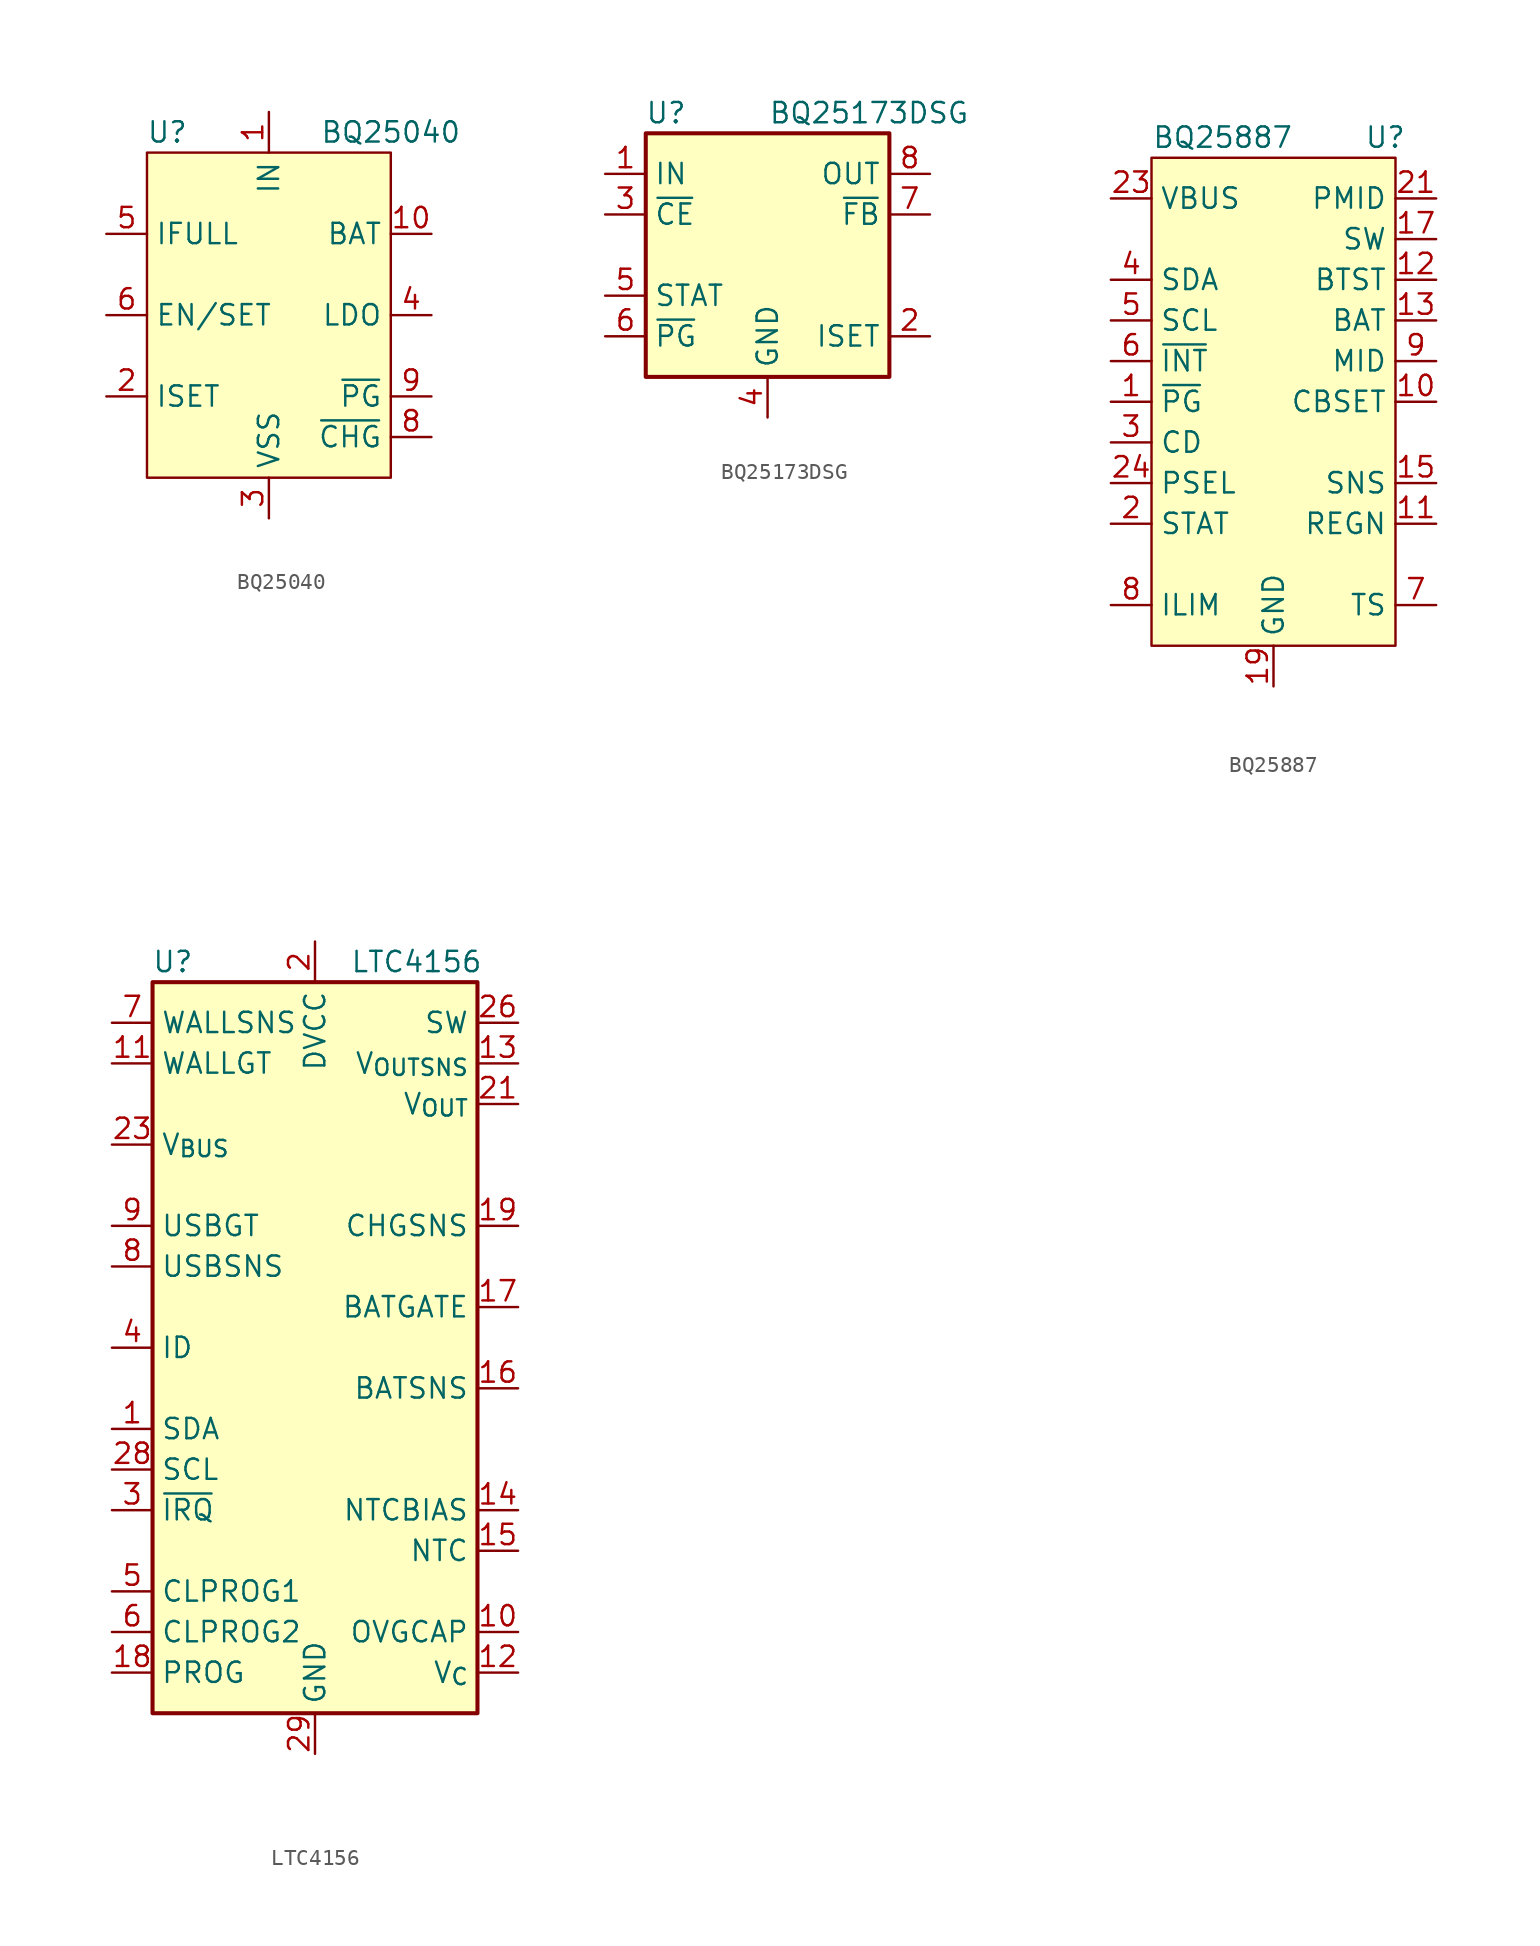
<source format=kicad_sym>
(kicad_symbol_lib
  (version 20231120)
  (generator "kicad_symbol_editor")
  (generator_version "8.0")
  (symbol "BQ25040"
    (property "Reference" "U"
      (at -6.35 11.43 0)
      (effects (font (size 1.27 1.27))))
    (property "Value" "BQ25040"
      (at 7.62 11.43 0)
      (effects (font (size 1.27 1.27))))
    (symbol "BQ25040_1_1"
      (rectangle (start -7.62 10.16) (end 7.62 -10.16) (stroke (width 0) (type default)) (fill (type background)))
      (pin power_in line (at 0 12.7 270) (length 2.54) (name "IN" (effects (font (size 1.27 1.27)))) (number "1" (effects (font (size 1.27 1.27)))))
      (pin power_out line (at 10.16 5.08 180) (length 2.54) (name "BAT" (effects (font (size 1.27 1.27)))) (number "10" (effects (font (size 1.27 1.27)))))
      (pin passive line (at 0 -12.7 90) (length 2.54) hide (name "VSS" (effects (font (size 1.27 1.27)))) (number "11" (effects (font (size 1.27 1.27)))))
      (pin input line (at -10.16 -5.08 0) (length 2.54) (name "ISET" (effects (font (size 1.27 1.27)))) (number "2" (effects (font (size 1.27 1.27)))))
      (pin power_in line (at 0 -12.7 90) (length 2.54) (name "VSS" (effects (font (size 1.27 1.27)))) (number "3" (effects (font (size 1.27 1.27)))))
      (pin power_out line (at 10.16 0 180) (length 2.54) (name "LDO" (effects (font (size 1.27 1.27)))) (number "4" (effects (font (size 1.27 1.27)))))
      (pin input line (at -10.16 5.08 0) (length 2.54) (name "IFULL" (effects (font (size 1.27 1.27)))) (number "5" (effects (font (size 1.27 1.27)))))
      (pin input line (at -10.16 0 0) (length 2.54) (name "EN/SET" (effects (font (size 1.27 1.27)))) (number "6" (effects (font (size 1.27 1.27)))))
      (pin passive line (at 0 -12.7 90) (length 2.54) hide (name "VSS" (effects (font (size 1.27 1.27)))) (number "7" (effects (font (size 1.27 1.27)))))
      (pin open_collector line (at 10.16 -7.62 180) (length 2.54) (name "~{CHG}" (effects (font (size 1.27 1.27)))) (number "8" (effects (font (size 1.27 1.27)))))
      (pin open_collector line (at 10.16 -5.08 180) (length 2.54) (name "~{PG}" (effects (font (size 1.27 1.27)))) (number "9" (effects (font (size 1.27 1.27)))))))
  (symbol "BQ25173DSG"
    (property "Reference" "U"
      (at -6.35 8.89 0)
      (effects (font (size 1.27 1.27))))
    (property "Value" "BQ25173DSG"
      (at 6.35 8.89 0)
      (effects (font (size 1.27 1.27))))
    (symbol "BQ25173DSG_1_1"
      (rectangle (start -7.62 7.62) (end 7.62 -7.62) (stroke (width 0.254) (type default)) (fill (type background)))
      (pin power_in line (at -10.16 5.08 0) (length 2.54) (name "IN" (effects (font (size 1.27 1.27)))) (number "1" (effects (font (size 1.27 1.27)))))
      (pin input line (at 10.16 -5.08 180) (length 2.54) (name "ISET" (effects (font (size 1.27 1.27)))) (number "2" (effects (font (size 1.27 1.27)))))
      (pin input line (at -10.16 2.54 0) (length 2.54) (name "~{CE}" (effects (font (size 1.27 1.27)))) (number "3" (effects (font (size 1.27 1.27)))))
      (pin power_in line (at 0 -10.16 90) (length 2.54) (name "GND" (effects (font (size 1.27 1.27)))) (number "4" (effects (font (size 1.27 1.27)))))
      (pin open_collector line (at -10.16 -2.54 0) (length 2.54) (name "STAT" (effects (font (size 1.27 1.27)))) (number "5" (effects (font (size 1.27 1.27)))))
      (pin open_collector line (at -10.16 -5.08 0) (length 2.54) (name "~{PG}" (effects (font (size 1.27 1.27)))) (number "6" (effects (font (size 1.27 1.27)))))
      (pin input line (at 10.16 2.54 180) (length 2.54) (name "~{FB}" (effects (font (size 1.27 1.27)))) (number "7" (effects (font (size 1.27 1.27)))))
      (pin power_out line (at 10.16 5.08 180) (length 2.54) (name "OUT" (effects (font (size 1.27 1.27)))) (number "8" (effects (font (size 1.27 1.27)))))
      (pin passive line (at 0 -10.16 90) (length 2.54) hide (name "GND" (effects (font (size 1.27 1.27)))) (number "9" (effects (font (size 1.27 1.27)))))))
  (symbol "BQ25887"
    (property "Reference" "U"
      (at 6.985 16.51 0)
      (effects (font (size 1.27 1.27))))
    (property "Value" "BQ25887"
      (at -3.175 16.51 0)
      (effects (font (size 1.27 1.27))))
    (symbol "BQ25887_1_1"
      (rectangle (start -7.62 15.24) (end 7.62 -15.24) (stroke (width 0) (type default)) (fill (type background)))
      (pin open_collector line (at -10.16 0 0) (length 2.54) (name "~{PG}" (effects (font (size 1.27 1.27)))) (number "1" (effects (font (size 1.27 1.27)))))
      (pin power_out line (at 10.16 0 180) (length 2.54) (name "CBSET" (effects (font (size 1.27 1.27)))) (number "10" (effects (font (size 1.27 1.27)))))
      (pin power_out line (at 10.16 -7.62 180) (length 2.54) (name "REGN" (effects (font (size 1.27 1.27)))) (number "11" (effects (font (size 1.27 1.27)))))
      (pin power_out line (at 10.16 7.62 180) (length 2.54) (name "BTST" (effects (font (size 1.27 1.27)))) (number "12" (effects (font (size 1.27 1.27)))))
      (pin power_out line (at 10.16 5.08 180) (length 2.54) (name "BAT" (effects (font (size 1.27 1.27)))) (number "13" (effects (font (size 1.27 1.27)))))
      (pin passive line (at 10.16 5.08 180) (length 2.54) hide (name "BAT" (effects (font (size 1.27 1.27)))) (number "14" (effects (font (size 1.27 1.27)))))
      (pin output line (at 10.16 -5.08 180) (length 2.54) (name "SNS" (effects (font (size 1.27 1.27)))) (number "15" (effects (font (size 1.27 1.27)))))
      (pin passive line (at 10.16 -5.08 180) (length 2.54) hide (name "SNS" (effects (font (size 1.27 1.27)))) (number "16" (effects (font (size 1.27 1.27)))))
      (pin power_out line (at 10.16 10.16 180) (length 2.54) (name "SW" (effects (font (size 1.27 1.27)))) (number "17" (effects (font (size 1.27 1.27)))))
      (pin passive line (at 10.16 10.16 180) (length 2.54) hide (name "SW" (effects (font (size 1.27 1.27)))) (number "18" (effects (font (size 1.27 1.27)))))
      (pin power_in line (at 0 -17.78 90) (length 2.54) (name "GND" (effects (font (size 1.27 1.27)))) (number "19" (effects (font (size 1.27 1.27)))))
      (pin open_collector line (at -10.16 -7.62 0) (length 2.54) (name "STAT" (effects (font (size 1.27 1.27)))) (number "2" (effects (font (size 1.27 1.27)))))
      (pin passive line (at 0 -17.78 90) (length 2.54) hide (name "GND" (effects (font (size 1.27 1.27)))) (number "20" (effects (font (size 1.27 1.27)))))
      (pin power_out line (at 10.16 12.7 180) (length 2.54) (name "PMID" (effects (font (size 1.27 1.27)))) (number "21" (effects (font (size 1.27 1.27)))))
      (pin passive line (at 10.16 12.7 180) (length 2.54) hide (name "PMID" (effects (font (size 1.27 1.27)))) (number "22" (effects (font (size 1.27 1.27)))))
      (pin power_in line (at -10.16 12.7 0) (length 2.54) (name "VBUS" (effects (font (size 1.27 1.27)))) (number "23" (effects (font (size 1.27 1.27)))))
      (pin input line (at -10.16 -5.08 0) (length 2.54) (name "PSEL" (effects (font (size 1.27 1.27)))) (number "24" (effects (font (size 1.27 1.27)))))
      (pin input line (at -10.16 -2.54 0) (length 2.54) (name "CD" (effects (font (size 1.27 1.27)))) (number "3" (effects (font (size 1.27 1.27)))))
      (pin bidirectional line (at -10.16 7.62 0) (length 2.54) (name "SDA" (effects (font (size 1.27 1.27)))) (number "4" (effects (font (size 1.27 1.27)))))
      (pin input line (at -10.16 5.08 0) (length 2.54) (name "SCL" (effects (font (size 1.27 1.27)))) (number "5" (effects (font (size 1.27 1.27)))))
      (pin open_collector line (at -10.16 2.54 0) (length 2.54) (name "~{INT}" (effects (font (size 1.27 1.27)))) (number "6" (effects (font (size 1.27 1.27)))))
      (pin input line (at 10.16 -12.7 180) (length 2.54) (name "TS" (effects (font (size 1.27 1.27)))) (number "7" (effects (font (size 1.27 1.27)))))
      (pin input line (at -10.16 -12.7 0) (length 2.54) (name "ILIM" (effects (font (size 1.27 1.27)))) (number "8" (effects (font (size 1.27 1.27)))))
      (pin input line (at 10.16 2.54 180) (length 2.54) (name "MID" (effects (font (size 1.27 1.27)))) (number "9" (effects (font (size 1.27 1.27)))))))
  (symbol "LTC4156"
    (property "Reference" "U"
      (at -8.89 24.13 0)
      (effects (font (size 1.27 1.27))))
    (property "Value" "LTC4156"
      (at 6.35 24.13 0)
      (effects (font (size 1.27 1.27))))
    (symbol "LTC4156_0_1"
      (rectangle (start -10.16 22.86) (end 10.16 -22.86) (stroke (width 0.254) (type default)) (fill (type background))))
    (symbol "LTC4156_1_1"
      (pin bidirectional line (at -12.7 -5.08 0) (length 2.54) (name "SDA" (effects (font (size 1.27 1.27)))) (number "1" (effects (font (size 1.27 1.27)))))
      (pin passive line (at 12.7 -17.78 180) (length 2.54) (name "OVGCAP" (effects (font (size 1.27 1.27)))) (number "10" (effects (font (size 1.27 1.27)))))
      (pin output line (at -12.7 17.78 0) (length 2.54) (name "WALLGT" (effects (font (size 1.27 1.27)))) (number "11" (effects (font (size 1.27 1.27)))))
      (pin passive line (at 12.7 -20.32 180) (length 2.54) (name "V_{C}" (effects (font (size 1.27 1.27)))) (number "12" (effects (font (size 1.27 1.27)))))
      (pin input line (at 12.7 17.78 180) (length 2.54) (name "V_{OUTSNS}" (effects (font (size 1.27 1.27)))) (number "13" (effects (font (size 1.27 1.27)))))
      (pin output line (at 12.7 -10.16 180) (length 2.54) (name "NTCBIAS" (effects (font (size 1.27 1.27)))) (number "14" (effects (font (size 1.27 1.27)))))
      (pin input line (at 12.7 -12.7 180) (length 2.54) (name "NTC" (effects (font (size 1.27 1.27)))) (number "15" (effects (font (size 1.27 1.27)))))
      (pin input line (at 12.7 -2.54 180) (length 2.54) (name "BATSNS" (effects (font (size 1.27 1.27)))) (number "16" (effects (font (size 1.27 1.27)))))
      (pin output line (at 12.7 2.54 180) (length 2.54) (name "BATGATE" (effects (font (size 1.27 1.27)))) (number "17" (effects (font (size 1.27 1.27)))))
      (pin passive line (at -12.7 -20.32 0) (length 2.54) (name "PROG" (effects (font (size 1.27 1.27)))) (number "18" (effects (font (size 1.27 1.27)))))
      (pin passive line (at 12.7 7.62 180) (length 2.54) (name "CHGSNS" (effects (font (size 1.27 1.27)))) (number "19" (effects (font (size 1.27 1.27)))))
      (pin power_in line (at 0 25.4 270) (length 2.54) (name "DVCC" (effects (font (size 1.27 1.27)))) (number "2" (effects (font (size 1.27 1.27)))))
      (pin passive line (at 12.7 7.62 180) (length 2.54) hide (name "CHGSNS" (effects (font (size 1.27 1.27)))) (number "20" (effects (font (size 1.27 1.27)))))
      (pin passive line (at 12.7 15.24 180) (length 2.54) (name "V_{OUT}" (effects (font (size 1.27 1.27)))) (number "21" (effects (font (size 1.27 1.27)))))
      (pin passive line (at 12.7 15.24 180) (length 2.54) hide (name "V_{OUT}" (effects (font (size 1.27 1.27)))) (number "22" (effects (font (size 1.27 1.27)))))
      (pin passive line (at -12.7 12.7 0) (length 2.54) (name "V_{BUS}" (effects (font (size 1.27 1.27)))) (number "23" (effects (font (size 1.27 1.27)))))
      (pin passive line (at -12.7 12.7 0) (length 2.54) hide (name "V_{BUS}" (effects (font (size 1.27 1.27)))) (number "24" (effects (font (size 1.27 1.27)))))
      (pin passive line (at -12.7 12.7 0) (length 2.54) hide (name "V_{BUS}" (effects (font (size 1.27 1.27)))) (number "25" (effects (font (size 1.27 1.27)))))
      (pin passive line (at 12.7 20.32 180) (length 2.54) (name "SW" (effects (font (size 1.27 1.27)))) (number "26" (effects (font (size 1.27 1.27)))))
      (pin passive line (at 12.7 20.32 180) (length 2.54) hide (name "SW" (effects (font (size 1.27 1.27)))) (number "27" (effects (font (size 1.27 1.27)))))
      (pin input line (at -12.7 -7.62 0) (length 2.54) (name "SCL" (effects (font (size 1.27 1.27)))) (number "28" (effects (font (size 1.27 1.27)))))
      (pin power_in line (at 0 -25.4 90) (length 2.54) (name "GND" (effects (font (size 1.27 1.27)))) (number "29" (effects (font (size 1.27 1.27)))))
      (pin open_collector line (at -12.7 -10.16 0) (length 2.54) (name "~{IRQ}" (effects (font (size 1.27 1.27)))) (number "3" (effects (font (size 1.27 1.27)))))
      (pin input line (at -12.7 0 0) (length 2.54) (name "ID" (effects (font (size 1.27 1.27)))) (number "4" (effects (font (size 1.27 1.27)))))
      (pin passive line (at -12.7 -15.24 0) (length 2.54) (name "CLPROG1" (effects (font (size 1.27 1.27)))) (number "5" (effects (font (size 1.27 1.27)))))
      (pin passive line (at -12.7 -17.78 0) (length 2.54) (name "CLPROG2" (effects (font (size 1.27 1.27)))) (number "6" (effects (font (size 1.27 1.27)))))
      (pin input line (at -12.7 20.32 0) (length 2.54) (name "WALLSNS" (effects (font (size 1.27 1.27)))) (number "7" (effects (font (size 1.27 1.27)))))
      (pin input line (at -12.7 5.08 0) (length 2.54) (name "USBSNS" (effects (font (size 1.27 1.27)))) (number "8" (effects (font (size 1.27 1.27)))))
      (pin output line (at -12.7 7.62 0) (length 2.54) (name "USBGT" (effects (font (size 1.27 1.27)))) (number "9" (effects (font (size 1.27 1.27))))))))
</source>
